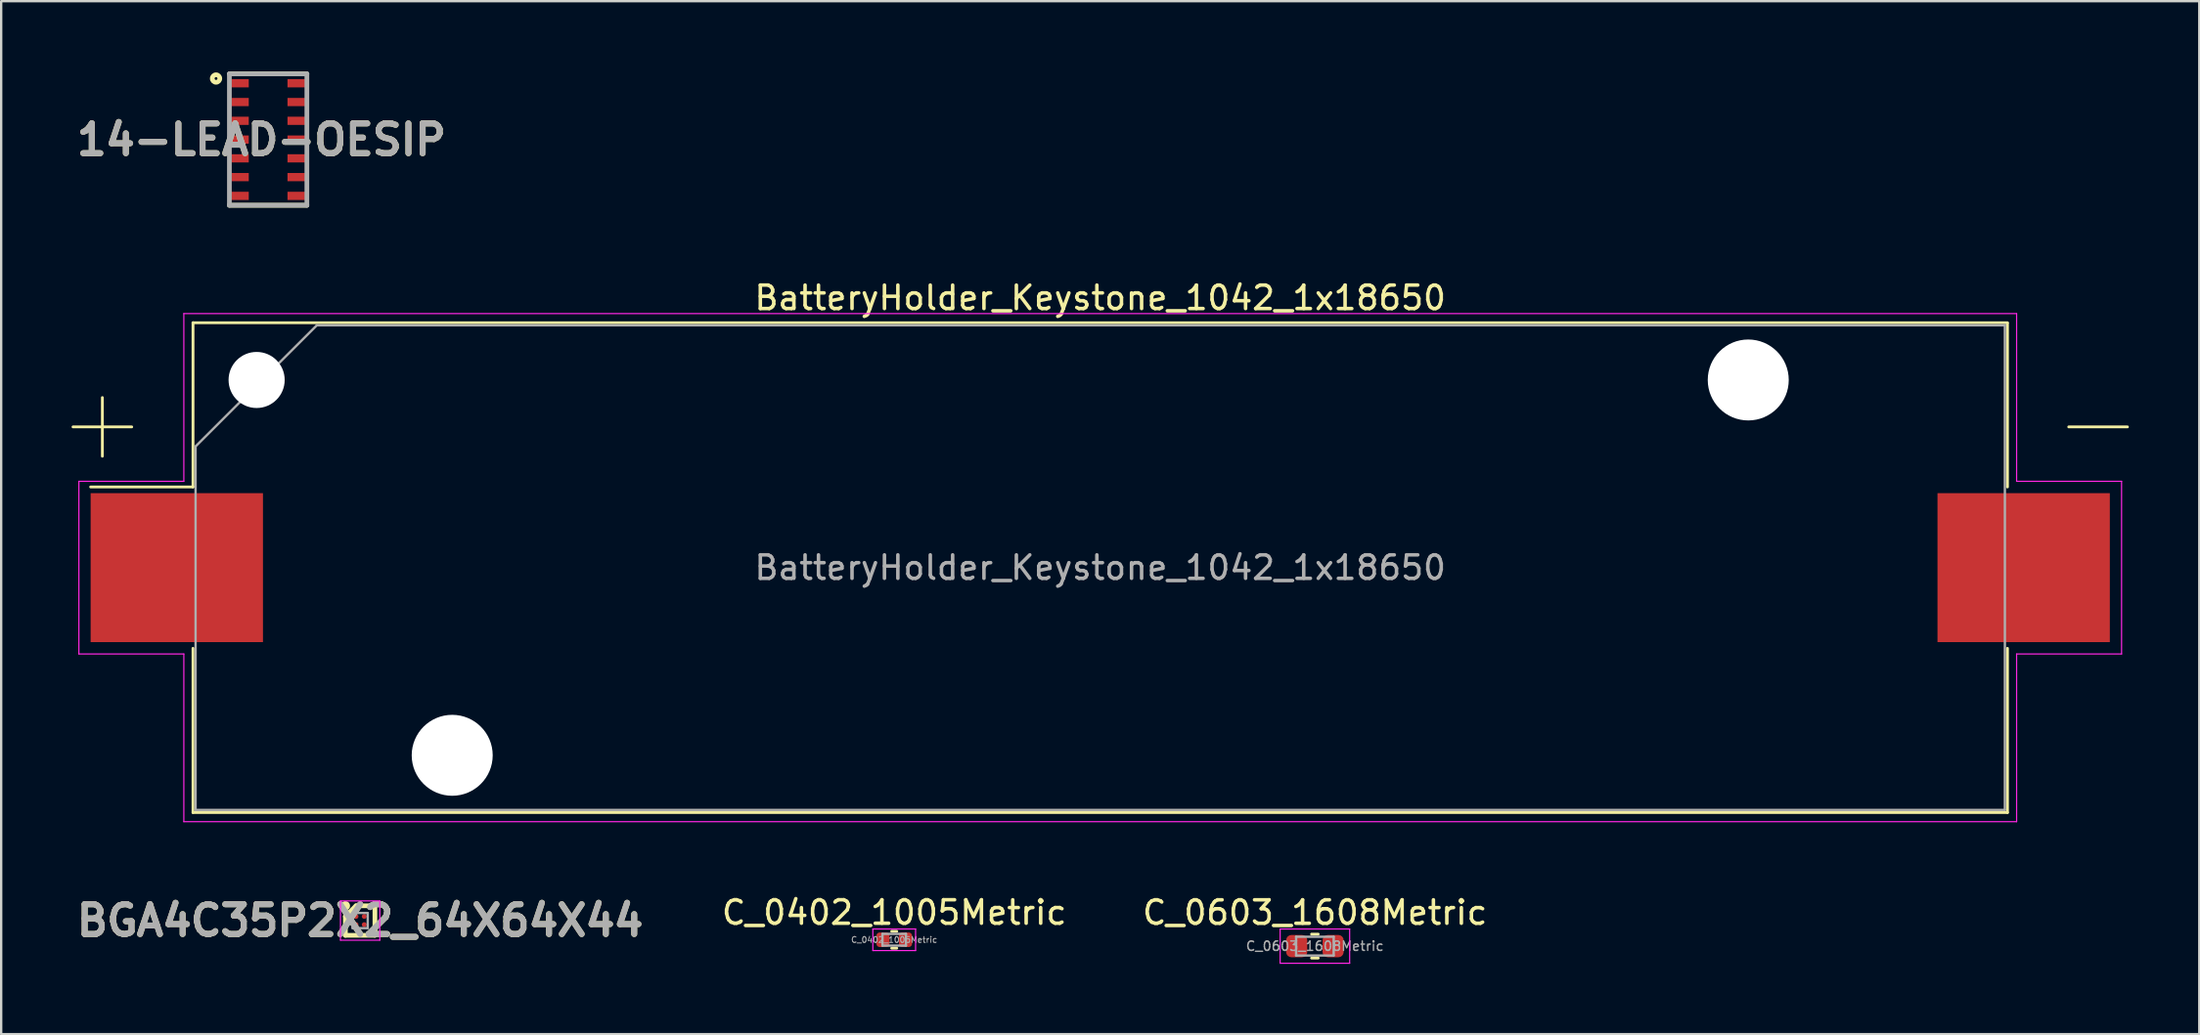
<source format=kicad_pcb>
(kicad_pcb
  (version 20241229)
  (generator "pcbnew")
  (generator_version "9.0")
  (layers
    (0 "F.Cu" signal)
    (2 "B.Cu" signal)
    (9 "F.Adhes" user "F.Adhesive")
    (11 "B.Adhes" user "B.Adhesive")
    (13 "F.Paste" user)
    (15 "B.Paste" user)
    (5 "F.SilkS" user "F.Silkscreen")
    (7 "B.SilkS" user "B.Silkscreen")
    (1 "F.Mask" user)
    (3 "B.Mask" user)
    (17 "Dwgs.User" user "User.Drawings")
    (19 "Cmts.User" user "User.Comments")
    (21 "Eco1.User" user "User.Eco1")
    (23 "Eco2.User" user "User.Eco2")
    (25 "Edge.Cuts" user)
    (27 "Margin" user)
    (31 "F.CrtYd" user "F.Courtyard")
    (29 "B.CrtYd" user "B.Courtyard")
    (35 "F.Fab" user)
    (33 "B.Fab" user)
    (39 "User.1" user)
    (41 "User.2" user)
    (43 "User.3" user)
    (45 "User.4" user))
  (footprint "14-LEAD-OESIP"
    (layer "F.Cu")
    (at 8.37 2.9)
    (property "Reference" "14-LEAD-OESIP" (at -0.284 0.006 0) (layer "F.SilkS") (effects (font (size 1.27 1.27) (thickness 0.254))))
    (attr smd)
    (fp_line (start -1.65 -2.8) (end 1.65 -2.8) (stroke (width 0.2) (type solid)) (layer "F.SilkS"))
    (fp_line (start 1.65 2.8) (end -1.65 2.8) (stroke (width 0.2) (type solid)) (layer "F.SilkS"))
    (fp_circle (center -2.219 -2.603) (end -2.219 -2.543) (stroke (width 0.2) (type solid)) (fill no) (layer "F.SilkS"))
    (fp_line (start -1.65 -2.8) (end 1.65 -2.8) (stroke (width 0.2) (type solid)) (layer "F.Fab"))
    (fp_line (start -1.65 2.8) (end -1.65 -2.8) (stroke (width 0.2) (type solid)) (layer "F.Fab"))
    (fp_line (start 1.65 -2.8) (end 1.65 2.8) (stroke (width 0.2) (type solid)) (layer "F.Fab"))
    (fp_line (start 1.65 2.8) (end -1.65 2.8) (stroke (width 0.2) (type solid)) (layer "F.Fab"))
    (fp_text user "${REFERENCE}" (at -0.284 0.006 0) (layer "F.Fab") (effects (font (size 1.27 1.27) (thickness 0.254))))
    (pad "1" smd rect (at -1.2 -2.4 90) (size 0.35 0.75) (layers "F.Cu" "F.Mask" "F.Paste"))
    (pad "2" smd rect (at -1.2 -1.6 90) (size 0.35 0.75) (layers "F.Cu" "F.Mask" "F.Paste"))
    (pad "3" smd rect (at -1.2 -0.8 90) (size 0.35 0.75) (layers "F.Cu" "F.Mask" "F.Paste"))
    (pad "4" smd rect (at -1.2 0 90) (size 0.35 0.75) (layers "F.Cu" "F.Mask" "F.Paste"))
    (pad "5" smd rect (at -1.2 0.8 90) (size 0.35 0.75) (layers "F.Cu" "F.Mask" "F.Paste"))
    (pad "6" smd rect (at -1.2 1.6 90) (size 0.35 0.75) (layers "F.Cu" "F.Mask" "F.Paste"))
    (pad "7" smd rect (at -1.2 2.4 90) (size 0.35 0.75) (layers "F.Cu" "F.Mask" "F.Paste"))
    (pad "8" smd rect (at 1.2 2.4 90) (size 0.35 0.75) (layers "F.Cu" "F.Mask" "F.Paste"))
    (pad "9" smd rect (at 1.2 1.6 90) (size 0.35 0.75) (layers "F.Cu" "F.Mask" "F.Paste"))
    (pad "10" smd rect (at 1.2 0.8 90) (size 0.35 0.75) (layers "F.Cu" "F.Mask" "F.Paste"))
    (pad "11" smd rect (at 1.2 0 90) (size 0.35 0.75) (layers "F.Cu" "F.Mask" "F.Paste"))
    (pad "12" smd rect (at 1.2 -0.8 90) (size 0.35 0.75) (layers "F.Cu" "F.Mask" "F.Paste"))
    (pad "13" smd rect (at 1.2 -1.6 90) (size 0.35 0.75) (layers "F.Cu" "F.Mask" "F.Paste"))
    (pad "14" smd rect (at 1.2 -2.4 90) (size 0.35 0.75) (layers "F.Cu" "F.Mask" "F.Paste")))
  (footprint "BGA4C35P2X2_64X64X44"
    (layer "F.Cu")
    (at 12.289 36.192)
    (property "Reference" "BGA4C35P2X2_64X64X44" (at 0 0 0) (layer "F.SilkS") (effects (font (size 1.27 1.27) (thickness 0.254))))
    (attr smd)
    (fp_line (start -0.629 -0.175) (end -0.175 -0.629) (stroke (width 0.2) (type solid)) (layer "F.SilkS"))
    (fp_line (start -0.629 0.629) (end -0.629 -0.175) (stroke (width 0.2) (type solid)) (layer "F.SilkS"))
    (fp_line (start -0.175 -0.629) (end 0.629 -0.629) (stroke (width 0.2) (type solid)) (layer "F.SilkS"))
    (fp_line (start 0.629 -0.629) (end 0.629 0.629) (stroke (width 0.2) (type solid)) (layer "F.SilkS"))
    (fp_line (start 0.629 0.629) (end -0.629 0.629) (stroke (width 0.2) (type solid)) (layer "F.SilkS"))
    (fp_circle (center -0.629 -0.629) (end -0.629 -0.529) (stroke (width 0.2) (type solid)) (fill no) (layer "F.SilkS"))
    (fp_line (start -0.838 -0.838) (end 0.837 -0.838) (stroke (width 0.05) (type solid)) (layer "F.CrtYd"))
    (fp_line (start -0.838 0.837) (end -0.838 -0.838) (stroke (width 0.05) (type solid)) (layer "F.CrtYd"))
    (fp_line (start 0.837 -0.838) (end 0.837 0.837) (stroke (width 0.05) (type solid)) (layer "F.CrtYd"))
    (fp_line (start 0.837 0.837) (end -0.838 0.837) (stroke (width 0.05) (type solid)) (layer "F.CrtYd"))
    (fp_line (start -0.322 -0.322) (end 0.323 -0.322) (stroke (width 0.1) (type solid)) (layer "F.Fab"))
    (fp_line (start -0.322 -0.154) (end -0.153 -0.323) (stroke (width 0.1) (type solid)) (layer "F.Fab"))
    (fp_line (start -0.322 0.323) (end -0.322 -0.322) (stroke (width 0.1) (type solid)) (layer "F.Fab"))
    (fp_line (start 0.323 -0.322) (end 0.323 0.323) (stroke (width 0.1) (type solid)) (layer "F.Fab"))
    (fp_line (start 0.323 0.323) (end -0.322 0.323) (stroke (width 0.1) (type solid)) (layer "F.Fab"))
    (fp_text user "${REFERENCE}" (at 0 0 0) (layer "F.Fab") (effects (font (size 1.27 1.27) (thickness 0.254))))
    (pad "A1" smd circle (at -0.175 -0.175 90) (size 0.208 0.208) (layers "F.Cu" "F.Mask" "F.Paste"))
    (pad "A2" smd circle (at 0.175 -0.175 90) (size 0.208 0.208) (layers "F.Cu" "F.Mask" "F.Paste"))
    (pad "B1" smd circle (at -0.175 0.175 90) (size 0.208 0.208) (layers "F.Cu" "F.Mask" "F.Paste"))
    (pad "B2" smd circle (at 0.175 0.175 90) (size 0.208 0.208) (layers "F.Cu" "F.Mask" "F.Paste")))
  (footprint "C_0402_1005Metric"
    (layer "F.Cu")
    (at 35.036 37.011)
    (property "Reference" "C_0402_1005Metric" (at 0 -1.16 0) (layer "F.SilkS") (effects (font (size 1 1) (thickness 0.15))))
    (attr smd)
    (fp_line (start -0.108 -0.36) (end 0.108 -0.36) (stroke (width 0.12) (type solid)) (layer "F.SilkS"))
    (fp_line (start -0.108 0.36) (end 0.108 0.36) (stroke (width 0.12) (type solid)) (layer "F.SilkS"))
    (fp_line (start -0.91 -0.46) (end 0.91 -0.46) (stroke (width 0.05) (type solid)) (layer "F.CrtYd"))
    (fp_line (start -0.91 0.46) (end -0.91 -0.46) (stroke (width 0.05) (type solid)) (layer "F.CrtYd"))
    (fp_line (start 0.91 -0.46) (end 0.91 0.46) (stroke (width 0.05) (type solid)) (layer "F.CrtYd"))
    (fp_line (start 0.91 0.46) (end -0.91 0.46) (stroke (width 0.05) (type solid)) (layer "F.CrtYd"))
    (fp_line (start -0.5 -0.25) (end 0.5 -0.25) (stroke (width 0.1) (type solid)) (layer "F.Fab"))
    (fp_line (start -0.5 0.25) (end -0.5 -0.25) (stroke (width 0.1) (type solid)) (layer "F.Fab"))
    (fp_line (start 0.5 -0.25) (end 0.5 0.25) (stroke (width 0.1) (type solid)) (layer "F.Fab"))
    (fp_line (start 0.5 0.25) (end -0.5 0.25) (stroke (width 0.1) (type solid)) (layer "F.Fab"))
    (fp_text user "${REFERENCE}" (at 0 0 0) (layer "F.Fab") (effects (font (size 0.25 0.25) (thickness 0.04))))
    (pad "1" smd roundrect (at -0.48 0) (size 0.56 0.62) (layers "F.Cu" "F.Mask" "F.Paste") (roundrect_rratio 0.25))
    (pad "2" smd roundrect (at 0.48 0) (size 0.56 0.62) (layers "F.Cu" "F.Mask" "F.Paste") (roundrect_rratio 0.25)))
  (footprint "C_0603_1608Metric"
    (layer "F.Cu")
    (at 52.953 37.282)
    (property "Reference" "C_0603_1608Metric" (at 0 -1.43 0) (layer "F.SilkS") (effects (font (size 1 1) (thickness 0.15))))
    (attr smd)
    (fp_line (start -0.141 -0.51) (end 0.141 -0.51) (stroke (width 0.12) (type solid)) (layer "F.SilkS"))
    (fp_line (start -0.141 0.51) (end 0.141 0.51) (stroke (width 0.12) (type solid)) (layer "F.SilkS"))
    (fp_line (start -1.48 -0.73) (end 1.48 -0.73) (stroke (width 0.05) (type solid)) (layer "F.CrtYd"))
    (fp_line (start -1.48 0.73) (end -1.48 -0.73) (stroke (width 0.05) (type solid)) (layer "F.CrtYd"))
    (fp_line (start 1.48 -0.73) (end 1.48 0.73) (stroke (width 0.05) (type solid)) (layer "F.CrtYd"))
    (fp_line (start 1.48 0.73) (end -1.48 0.73) (stroke (width 0.05) (type solid)) (layer "F.CrtYd"))
    (fp_line (start -0.8 -0.4) (end 0.8 -0.4) (stroke (width 0.1) (type solid)) (layer "F.Fab"))
    (fp_line (start -0.8 0.4) (end -0.8 -0.4) (stroke (width 0.1) (type solid)) (layer "F.Fab"))
    (fp_line (start 0.8 -0.4) (end 0.8 0.4) (stroke (width 0.1) (type solid)) (layer "F.Fab"))
    (fp_line (start 0.8 0.4) (end -0.8 0.4) (stroke (width 0.1) (type solid)) (layer "F.Fab"))
    (fp_text user "${REFERENCE}" (at 0 0 0) (layer "F.Fab") (effects (font (size 0.4 0.4) (thickness 0.06))))
    (pad "1" smd roundrect (at -0.775 0) (size 0.9 0.95) (layers "F.Cu" "F.Mask" "F.Paste") (roundrect_rratio 0.25))
    (pad "2" smd roundrect (at 0.775 0) (size 0.9 0.95) (layers "F.Cu" "F.Mask" "F.Paste") (roundrect_rratio 0.25)))
  (footprint "BatteryHolder_Keystone_1042_1x18650"
    (layer "F.Cu")
    (at 43.81 21.148)
    (property "Reference" "BatteryHolder_Keystone_1042_1x18650" (at 0 -11.5 0) (layer "F.SilkS") (effects (font (size 1 1) (thickness 0.15))))
    (attr smd)
    (fp_line (start -43.75 -6) (end -41.25 -6) (stroke (width 0.12) (type solid)) (layer "F.SilkS"))
    (fp_line (start -42.5 -4.75) (end -42.5 -7.25) (stroke (width 0.12) (type solid)) (layer "F.SilkS"))
    (fp_line (start -38.64 -10.44) (end -38.64 -3.44) (stroke (width 0.12) (type solid)) (layer "F.SilkS"))
    (fp_line (start -38.64 -3.44) (end -43 -3.44) (stroke (width 0.12) (type solid)) (layer "F.SilkS"))
    (fp_line (start -38.64 10.44) (end -38.64 3.44) (stroke (width 0.12) (type solid)) (layer "F.SilkS"))
    (fp_line (start 38.64 -10.44) (end -38.64 -10.44) (stroke (width 0.12) (type solid)) (layer "F.SilkS"))
    (fp_line (start 38.64 -3.44) (end 38.64 -10.42) (stroke (width 0.12) (type solid)) (layer "F.SilkS"))
    (fp_line (start 38.64 3.44) (end 38.64 10.44) (stroke (width 0.12) (type solid)) (layer "F.SilkS"))
    (fp_line (start 38.64 10.44) (end -38.64 10.44) (stroke (width 0.12) (type solid)) (layer "F.SilkS"))
    (fp_line (start 43.75 -6) (end 41.25 -6) (stroke (width 0.12) (type solid)) (layer "F.SilkS"))
    (fp_line (start -43.5 -3.68) (end -39.03 -3.68) (stroke (width 0.05) (type solid)) (layer "F.CrtYd"))
    (fp_line (start -43.5 3.68) (end -43.5 -3.68) (stroke (width 0.05) (type solid)) (layer "F.CrtYd"))
    (fp_line (start -39.03 -10.83) (end -39.03 -3.68) (stroke (width 0.05) (type solid)) (layer "F.CrtYd"))
    (fp_line (start -39.03 -10.83) (end 39.03 -10.83) (stroke (width 0.05) (type solid)) (layer "F.CrtYd"))
    (fp_line (start -39.03 3.68) (end -43.5 3.68) (stroke (width 0.05) (type solid)) (layer "F.CrtYd"))
    (fp_line (start -39.03 10.83) (end -39.03 3.68) (stroke (width 0.05) (type solid)) (layer "F.CrtYd"))
    (fp_line (start -39.03 10.83) (end 39.03 10.83) (stroke (width 0.05) (type solid)) (layer "F.CrtYd"))
    (fp_line (start 39.03 -10.83) (end 39.03 -3.68) (stroke (width 0.05) (type solid)) (layer "F.CrtYd"))
    (fp_line (start 39.03 3.68) (end 43.5 3.68) (stroke (width 0.05) (type solid)) (layer "F.CrtYd"))
    (fp_line (start 39.03 10.83) (end 39.03 3.68) (stroke (width 0.05) (type solid)) (layer "F.CrtYd"))
    (fp_line (start 43.5 -3.68) (end 39.03 -3.68) (stroke (width 0.05) (type solid)) (layer "F.CrtYd"))
    (fp_line (start 43.5 3.68) (end 43.5 -3.68) (stroke (width 0.05) (type solid)) (layer "F.CrtYd"))
    (fp_line (start -38.53 -5.168) (end -38.53 10.33) (stroke (width 0.1) (type solid)) (layer "F.Fab"))
    (fp_line (start -38.53 10.33) (end 38.53 10.33) (stroke (width 0.1) (type solid)) (layer "F.Fab"))
    (fp_line (start -33.367 -10.33) (end -38.53 -5.168) (stroke (width 0.1) (type solid)) (layer "F.Fab"))
    (fp_line (start -33.367 -10.33) (end 38.53 -10.33) (stroke (width 0.1) (type solid)) (layer "F.Fab"))
    (fp_line (start 38.53 -10.33) (end 38.53 10.33) (stroke (width 0.1) (type solid)) (layer "F.Fab"))
    (fp_text user "${REFERENCE}" (at 0 0 0) (layer "F.Fab") (effects (font (size 1 1) (thickness 0.15))))
    (pad "" np_thru_hole circle (at -35.93 -8) (size 2.39 2.39) (drill 2.39) (layers "*.Cu" "*.Mask"))
    (pad "" np_thru_hole circle (at -27.6 8) (size 3.45 3.45) (drill 3.45) (layers "*.Cu" "*.Mask"))
    (pad "" np_thru_hole circle (at 27.6 -8) (size 3.45 3.45) (drill 3.45) (layers "*.Cu" "*.Mask"))
    (pad "1" smd rect (at -39.33 0) (size 7.34 6.35) (layers "F.Cu" "F.Mask" "F.Paste"))
    (pad "2" smd rect (at 39.33 0) (size 7.34 6.35) (layers "F.Cu" "F.Mask" "F.Paste")))
  (gr_rect
    (start -3 -3)
    (end 90.62 41.036)
    (stroke (width 0.1) (type default))
    (fill no)
    (layer "Edge.Cuts")))
</source>
